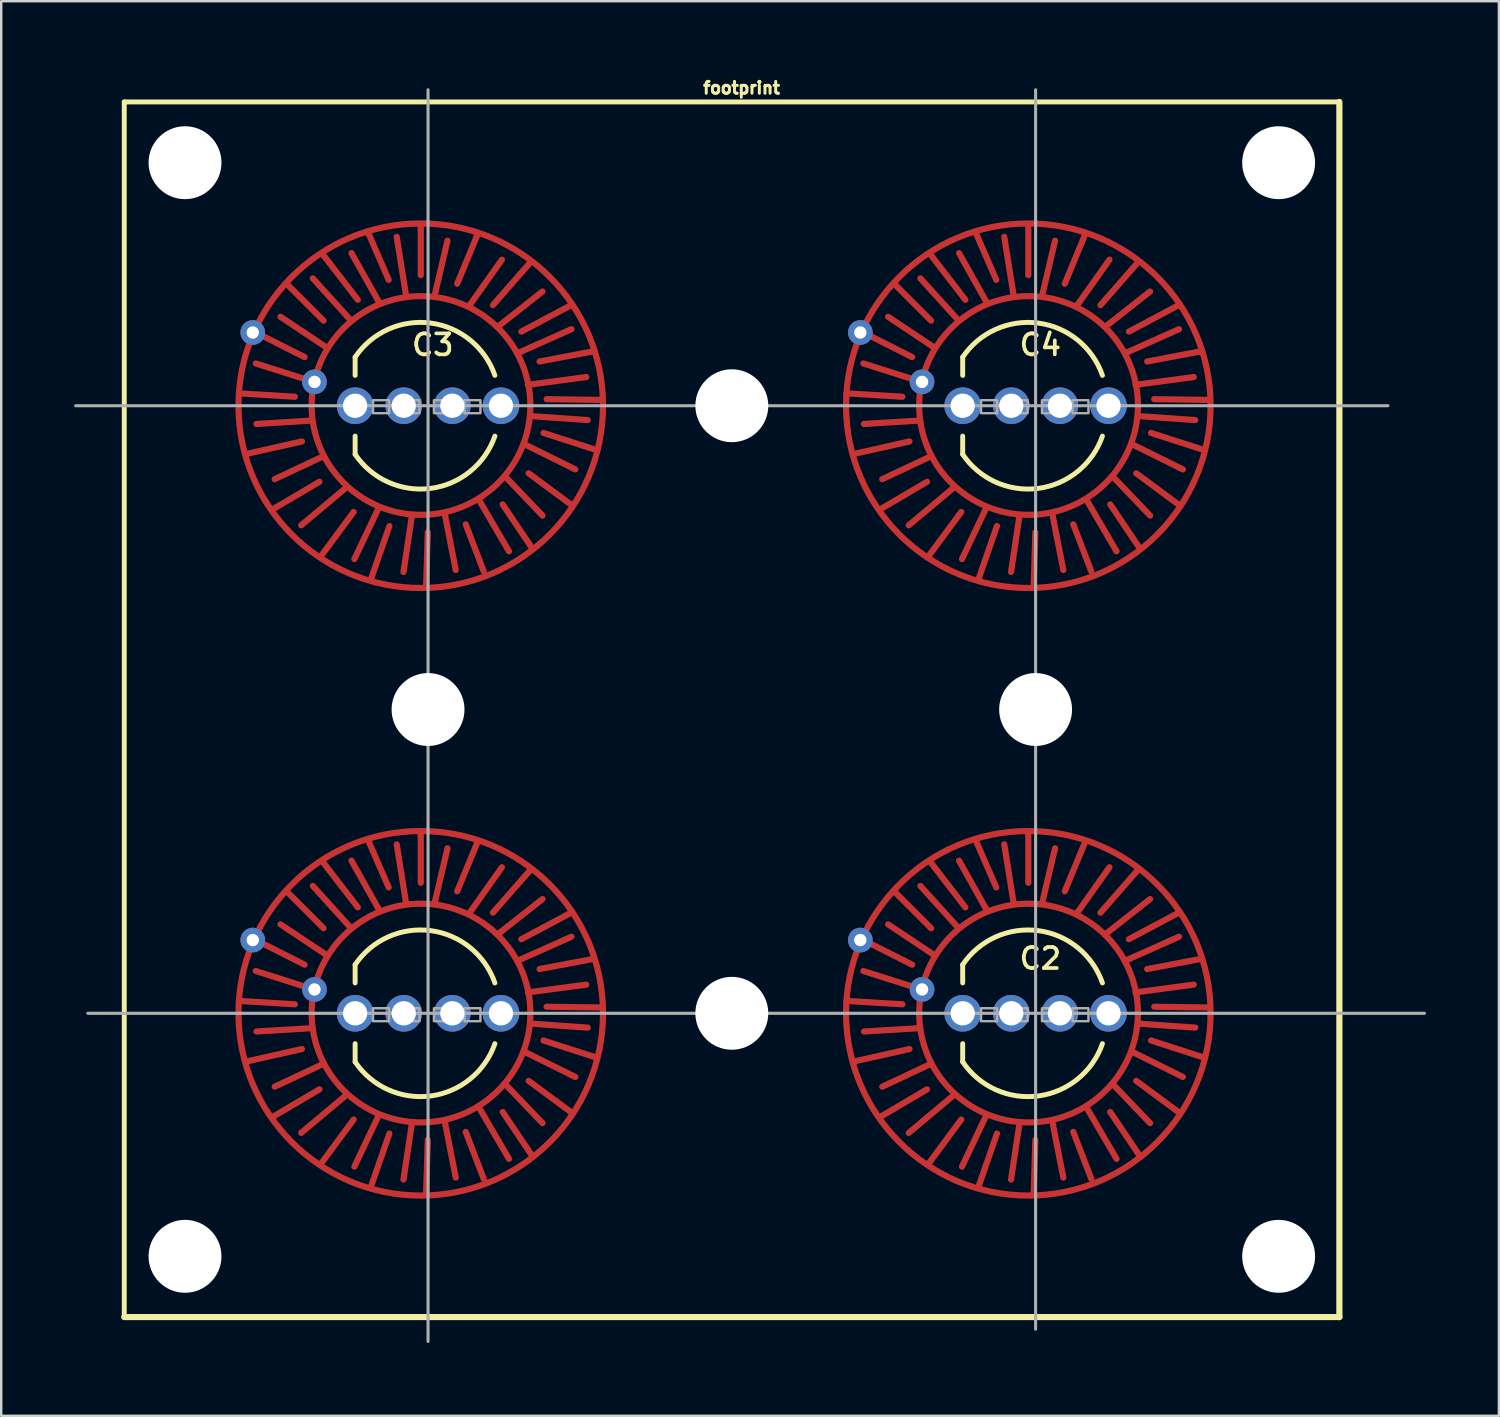
<source format=kicad_pcb>
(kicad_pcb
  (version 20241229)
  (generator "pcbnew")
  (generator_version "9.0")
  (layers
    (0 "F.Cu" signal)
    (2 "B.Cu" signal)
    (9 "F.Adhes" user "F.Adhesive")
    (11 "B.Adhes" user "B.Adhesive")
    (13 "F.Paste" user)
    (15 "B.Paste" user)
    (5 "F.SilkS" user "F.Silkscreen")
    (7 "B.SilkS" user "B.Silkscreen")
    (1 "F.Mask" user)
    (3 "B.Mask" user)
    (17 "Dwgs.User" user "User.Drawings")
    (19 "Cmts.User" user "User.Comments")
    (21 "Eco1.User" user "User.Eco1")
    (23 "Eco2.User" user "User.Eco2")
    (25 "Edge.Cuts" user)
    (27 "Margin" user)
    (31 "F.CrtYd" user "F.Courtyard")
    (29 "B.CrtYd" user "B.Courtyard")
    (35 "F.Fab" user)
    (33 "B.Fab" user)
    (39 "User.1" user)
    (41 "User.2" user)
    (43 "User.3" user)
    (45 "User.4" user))
  (footprint "footprint"
    (layer "F.Cu")
    (at 2.063 51.145)
    (property "Reference" "footprint" (at 25.4 -50.292 0) (layer "F.SilkS") (effects (font (size 0.488 0.488) (thickness 0.122)) (justify bottom)))
    (fp_line (start 4.72 -38.01) (end 7.02 -37.87) (stroke (width 0.254) (type solid)) (layer "F.Cu"))
    (fp_line (start 4.72 -13.01) (end 7.02 -12.87) (stroke (width 0.254) (type solid)) (layer "F.Cu"))
    (fp_line (start 5.04 -35.52) (end 7.31 -36.03) (stroke (width 0.254) (type solid)) (layer "F.Cu"))
    (fp_line (start 5.04 -10.52) (end 7.31 -11.03) (stroke (width 0.254) (type solid)) (layer "F.Cu"))
    (fp_line (start 5.36 -40.54) (end 7.42 -39.5) (stroke (width 0.254) (type solid)) (layer "F.Cu"))
    (fp_line (start 5.36 -15.54) (end 7.42 -14.5) (stroke (width 0.254) (type solid)) (layer "F.Cu"))
    (fp_line (start 6.13 -33.25) (end 8.03 -34.37) (stroke (width 0.254) (type solid)) (layer "F.Cu"))
    (fp_line (start 6.13 -8.25) (end 8.03 -9.37) (stroke (width 0.254) (type solid)) (layer "F.Cu"))
    (fp_line (start 6.7 -42.5) (end 8.2 -41) (stroke (width 0.254) (type solid)) (layer "F.Cu"))
    (fp_line (start 6.7 -17.5) (end 8.2 -16) (stroke (width 0.254) (type solid)) (layer "F.Cu"))
    (fp_line (start 7.74 -38.5) (end 5.41 -39.24) (stroke (width 0.254) (type solid)) (layer "F.Cu"))
    (fp_line (start 7.74 -36.89) (end 5.44 -36.75) (stroke (width 0.254) (type solid)) (layer "F.Cu"))
    (fp_line (start 7.74 -13.5) (end 5.41 -14.24) (stroke (width 0.254) (type solid)) (layer "F.Cu"))
    (fp_line (start 7.74 -11.89) (end 5.44 -11.75) (stroke (width 0.254) (type solid)) (layer "F.Cu"))
    (fp_line (start 8.11 -31.33) (end 9.44 -33.13) (stroke (width 0.254) (type solid)) (layer "F.Cu"))
    (fp_line (start 8.11 -6.33) (end 9.44 -8.13) (stroke (width 0.254) (type solid)) (layer "F.Cu"))
    (fp_line (start 8.19 -43.7) (end 9.61 -41.86) (stroke (width 0.254) (type solid)) (layer "F.Cu"))
    (fp_line (start 8.19 -35.42) (end 6.19 -34.48) (stroke (width 0.254) (type solid)) (layer "F.Cu"))
    (fp_line (start 8.19 -18.7) (end 9.61 -16.86) (stroke (width 0.254) (type solid)) (layer "F.Cu"))
    (fp_line (start 8.19 -10.42) (end 6.19 -9.48) (stroke (width 0.254) (type solid)) (layer "F.Cu"))
    (fp_line (start 8.35 -39.88) (end 6.43 -41.16) (stroke (width 0.254) (type solid)) (layer "F.Cu"))
    (fp_line (start 8.35 -14.88) (end 6.43 -16.16) (stroke (width 0.254) (type solid)) (layer "F.Cu"))
    (fp_line (start 9.13 -34.13) (end 7.28 -32.58) (stroke (width 0.254) (type solid)) (layer "F.Cu"))
    (fp_line (start 9.13 -9.13) (end 7.28 -7.58) (stroke (width 0.254) (type solid)) (layer "F.Cu"))
    (fp_line (start 9.29 -41.05) (end 7.76 -42.74) (stroke (width 0.254) (type solid)) (layer "F.Cu"))
    (fp_line (start 9.29 -16.05) (end 7.76 -17.74) (stroke (width 0.254) (type solid)) (layer "F.Cu"))
    (fp_line (start 10.04 -44.61) (end 10.88 -42.68) (stroke (width 0.254) (type solid)) (layer "F.Cu"))
    (fp_line (start 10.04 -19.61) (end 10.88 -17.68) (stroke (width 0.254) (type solid)) (layer "F.Cu"))
    (fp_line (start 10.17 -30.42) (end 10.91 -32.55) (stroke (width 0.254) (type solid)) (layer "F.Cu"))
    (fp_line (start 10.17 -5.42) (end 10.91 -7.55) (stroke (width 0.254) (type solid)) (layer "F.Cu"))
    (fp_line (start 10.46 -41.8) (end 9.35 -43.78) (stroke (width 0.254) (type solid)) (layer "F.Cu"))
    (fp_line (start 10.46 -33.28) (end 9.47 -31.19) (stroke (width 0.254) (type solid)) (layer "F.Cu"))
    (fp_line (start 10.46 -16.8) (end 9.35 -18.78) (stroke (width 0.254) (type solid)) (layer "F.Cu"))
    (fp_line (start 10.46 -8.28) (end 9.47 -6.19) (stroke (width 0.254) (type solid)) (layer "F.Cu"))
    (fp_line (start 11.59 -42.07) (end 11.21 -44.45) (stroke (width 0.254) (type solid)) (layer "F.Cu"))
    (fp_line (start 11.59 -17.07) (end 11.21 -19.45) (stroke (width 0.254) (type solid)) (layer "F.Cu"))
    (fp_line (start 11.83 -32.93) (end 11.49 -30.66) (stroke (width 0.254) (type solid)) (layer "F.Cu"))
    (fp_line (start 11.83 -7.93) (end 11.49 -5.66) (stroke (width 0.254) (type solid)) (layer "F.Cu"))
    (fp_line (start 12.2 -44.96) (end 12.2 -42.87) (stroke (width 0.254) (type solid)) (layer "F.Cu"))
    (fp_line (start 12.2 -19.96) (end 12.2 -17.87) (stroke (width 0.254) (type solid)) (layer "F.Cu"))
    (fp_line (start 12.42 -30.06) (end 12.49 -32.29) (stroke (width 0.254) (type solid)) (layer "F.Cu"))
    (fp_line (start 12.42 -5.06) (end 12.49 -7.29) (stroke (width 0.254) (type solid)) (layer "F.Cu"))
    (fp_line (start 12.79 -42.12) (end 13.3 -44.29) (stroke (width 0.254) (type solid)) (layer "F.Cu"))
    (fp_line (start 12.79 -17.12) (end 13.3 -19.29) (stroke (width 0.254) (type solid)) (layer "F.Cu"))
    (fp_line (start 13.19 -33.04) (end 13.64 -30.74) (stroke (width 0.254) (type solid)) (layer "F.Cu"))
    (fp_line (start 13.19 -8.04) (end 13.64 -5.74) (stroke (width 0.254) (type solid)) (layer "F.Cu"))
    (fp_line (start 14.18 -41.59) (end 15.54 -43.51) (stroke (width 0.254) (type solid)) (layer "F.Cu"))
    (fp_line (start 14.18 -16.59) (end 15.54 -18.51) (stroke (width 0.254) (type solid)) (layer "F.Cu"))
    (fp_line (start 14.53 -44.53) (end 13.7 -42.52) (stroke (width 0.254) (type solid)) (layer "F.Cu"))
    (fp_line (start 14.53 -19.53) (end 13.7 -17.52) (stroke (width 0.254) (type solid)) (layer "F.Cu"))
    (fp_line (start 14.61 -33.6) (end 15.83 -31.51) (stroke (width 0.254) (type solid)) (layer "F.Cu"))
    (fp_line (start 14.61 -8.6) (end 15.83 -6.51) (stroke (width 0.254) (type solid)) (layer "F.Cu"))
    (fp_line (start 14.79 -30.69) (end 14.05 -32.62) (stroke (width 0.254) (type solid)) (layer "F.Cu"))
    (fp_line (start 14.79 -5.69) (end 14.05 -7.62) (stroke (width 0.254) (type solid)) (layer "F.Cu"))
    (fp_line (start 15.38 -40.76) (end 17.21 -42.2) (stroke (width 0.254) (type solid)) (layer "F.Cu"))
    (fp_line (start 15.38 -15.76) (end 17.21 -17.2) (stroke (width 0.254) (type solid)) (layer "F.Cu"))
    (fp_line (start 15.7 -34.56) (end 17.21 -32.98) (stroke (width 0.254) (type solid)) (layer "F.Cu"))
    (fp_line (start 15.7 -9.56) (end 17.21 -7.98) (stroke (width 0.254) (type solid)) (layer "F.Cu"))
    (fp_line (start 16.18 -39.66) (end 18.4 -40.65) (stroke (width 0.254) (type solid)) (layer "F.Cu"))
    (fp_line (start 16.18 -14.66) (end 18.4 -15.65) (stroke (width 0.254) (type solid)) (layer "F.Cu"))
    (fp_line (start 16.5 -35.9) (end 18.56 -34.88) (stroke (width 0.254) (type solid)) (layer "F.Cu"))
    (fp_line (start 16.5 -10.9) (end 18.56 -9.88) (stroke (width 0.254) (type solid)) (layer "F.Cu"))
    (fp_line (start 16.61 -38.36) (end 19.01 -38.68) (stroke (width 0.254) (type solid)) (layer "F.Cu"))
    (fp_line (start 16.61 -13.36) (end 19.01 -13.68) (stroke (width 0.254) (type solid)) (layer "F.Cu"))
    (fp_line (start 16.72 -43.41) (end 15.17 -41.64) (stroke (width 0.254) (type solid)) (layer "F.Cu"))
    (fp_line (start 16.72 -18.41) (end 15.17 -16.64) (stroke (width 0.254) (type solid)) (layer "F.Cu"))
    (fp_line (start 16.74 -31.7) (end 15.57 -33.44) (stroke (width 0.254) (type solid)) (layer "F.Cu"))
    (fp_line (start 16.74 -6.7) (end 15.57 -8.44) (stroke (width 0.254) (type solid)) (layer "F.Cu"))
    (fp_line (start 16.8 -37.07) (end 19.07 -36.91) (stroke (width 0.254) (type solid)) (layer "F.Cu"))
    (fp_line (start 16.8 -12.07) (end 19.07 -11.91) (stroke (width 0.254) (type solid)) (layer "F.Cu"))
    (fp_line (start 18.35 -41.62) (end 16.34 -40.55) (stroke (width 0.254) (type solid)) (layer "F.Cu"))
    (fp_line (start 18.35 -16.62) (end 16.34 -15.55) (stroke (width 0.254) (type solid)) (layer "F.Cu"))
    (fp_line (start 18.37 -33.44) (end 16.64 -34.72) (stroke (width 0.254) (type solid)) (layer "F.Cu"))
    (fp_line (start 18.37 -8.44) (end 16.64 -9.72) (stroke (width 0.254) (type solid)) (layer "F.Cu"))
    (fp_line (start 19.31 -39.74) (end 17.09 -39.32) (stroke (width 0.254) (type solid)) (layer "F.Cu"))
    (fp_line (start 19.31 -14.74) (end 17.09 -14.32) (stroke (width 0.254) (type solid)) (layer "F.Cu"))
    (fp_line (start 19.42 -35.68) (end 17.25 -36.38) (stroke (width 0.254) (type solid)) (layer "F.Cu"))
    (fp_line (start 19.42 -10.68) (end 17.25 -11.38) (stroke (width 0.254) (type solid)) (layer "F.Cu"))
    (fp_line (start 19.58 -37.74) (end 17.38 -37.77) (stroke (width 0.254) (type solid)) (layer "F.Cu"))
    (fp_line (start 19.58 -12.74) (end 17.38 -12.77) (stroke (width 0.254) (type solid)) (layer "F.Cu"))
    (fp_line (start 29.72 -38.01) (end 32.02 -37.87) (stroke (width 0.254) (type solid)) (layer "F.Cu"))
    (fp_line (start 29.72 -13.01) (end 32.02 -12.87) (stroke (width 0.254) (type solid)) (layer "F.Cu"))
    (fp_line (start 30.04 -35.52) (end 32.31 -36.03) (stroke (width 0.254) (type solid)) (layer "F.Cu"))
    (fp_line (start 30.04 -10.52) (end 32.31 -11.03) (stroke (width 0.254) (type solid)) (layer "F.Cu"))
    (fp_line (start 30.36 -40.54) (end 32.42 -39.5) (stroke (width 0.254) (type solid)) (layer "F.Cu"))
    (fp_line (start 30.36 -15.54) (end 32.42 -14.5) (stroke (width 0.254) (type solid)) (layer "F.Cu"))
    (fp_line (start 31.13 -33.25) (end 33.03 -34.37) (stroke (width 0.254) (type solid)) (layer "F.Cu"))
    (fp_line (start 31.13 -8.25) (end 33.03 -9.37) (stroke (width 0.254) (type solid)) (layer "F.Cu"))
    (fp_line (start 31.7 -42.5) (end 33.2 -41) (stroke (width 0.254) (type solid)) (layer "F.Cu"))
    (fp_line (start 31.7 -17.5) (end 33.2 -16) (stroke (width 0.254) (type solid)) (layer "F.Cu"))
    (fp_line (start 32.74 -38.5) (end 30.41 -39.24) (stroke (width 0.254) (type solid)) (layer "F.Cu"))
    (fp_line (start 32.74 -36.89) (end 30.44 -36.75) (stroke (width 0.254) (type solid)) (layer "F.Cu"))
    (fp_line (start 32.74 -13.5) (end 30.41 -14.24) (stroke (width 0.254) (type solid)) (layer "F.Cu"))
    (fp_line (start 32.74 -11.89) (end 30.44 -11.75) (stroke (width 0.254) (type solid)) (layer "F.Cu"))
    (fp_line (start 33.11 -31.33) (end 34.44 -33.13) (stroke (width 0.254) (type solid)) (layer "F.Cu"))
    (fp_line (start 33.11 -6.33) (end 34.44 -8.13) (stroke (width 0.254) (type solid)) (layer "F.Cu"))
    (fp_line (start 33.19 -43.7) (end 34.61 -41.86) (stroke (width 0.254) (type solid)) (layer "F.Cu"))
    (fp_line (start 33.19 -35.42) (end 31.19 -34.48) (stroke (width 0.254) (type solid)) (layer "F.Cu"))
    (fp_line (start 33.19 -18.7) (end 34.61 -16.86) (stroke (width 0.254) (type solid)) (layer "F.Cu"))
    (fp_line (start 33.19 -10.42) (end 31.19 -9.48) (stroke (width 0.254) (type solid)) (layer "F.Cu"))
    (fp_line (start 33.35 -39.88) (end 31.43 -41.16) (stroke (width 0.254) (type solid)) (layer "F.Cu"))
    (fp_line (start 33.35 -14.88) (end 31.43 -16.16) (stroke (width 0.254) (type solid)) (layer "F.Cu"))
    (fp_line (start 34.13 -34.13) (end 32.28 -32.58) (stroke (width 0.254) (type solid)) (layer "F.Cu"))
    (fp_line (start 34.13 -9.13) (end 32.28 -7.58) (stroke (width 0.254) (type solid)) (layer "F.Cu"))
    (fp_line (start 34.29 -41.05) (end 32.76 -42.74) (stroke (width 0.254) (type solid)) (layer "F.Cu"))
    (fp_line (start 34.29 -16.05) (end 32.76 -17.74) (stroke (width 0.254) (type solid)) (layer "F.Cu"))
    (fp_line (start 35.04 -44.61) (end 35.88 -42.68) (stroke (width 0.254) (type solid)) (layer "F.Cu"))
    (fp_line (start 35.04 -19.61) (end 35.88 -17.68) (stroke (width 0.254) (type solid)) (layer "F.Cu"))
    (fp_line (start 35.17 -30.42) (end 35.91 -32.55) (stroke (width 0.254) (type solid)) (layer "F.Cu"))
    (fp_line (start 35.17 -5.42) (end 35.91 -7.55) (stroke (width 0.254) (type solid)) (layer "F.Cu"))
    (fp_line (start 35.46 -41.8) (end 34.35 -43.78) (stroke (width 0.254) (type solid)) (layer "F.Cu"))
    (fp_line (start 35.46 -33.28) (end 34.47 -31.19) (stroke (width 0.254) (type solid)) (layer "F.Cu"))
    (fp_line (start 35.46 -16.8) (end 34.35 -18.78) (stroke (width 0.254) (type solid)) (layer "F.Cu"))
    (fp_line (start 35.46 -8.28) (end 34.47 -6.19) (stroke (width 0.254) (type solid)) (layer "F.Cu"))
    (fp_line (start 36.59 -42.07) (end 36.21 -44.45) (stroke (width 0.254) (type solid)) (layer "F.Cu"))
    (fp_line (start 36.59 -17.07) (end 36.21 -19.45) (stroke (width 0.254) (type solid)) (layer "F.Cu"))
    (fp_line (start 36.83 -32.93) (end 36.49 -30.66) (stroke (width 0.254) (type solid)) (layer "F.Cu"))
    (fp_line (start 36.83 -7.93) (end 36.49 -5.66) (stroke (width 0.254) (type solid)) (layer "F.Cu"))
    (fp_line (start 37.2 -44.96) (end 37.2 -42.87) (stroke (width 0.254) (type solid)) (layer "F.Cu"))
    (fp_line (start 37.2 -19.96) (end 37.2 -17.87) (stroke (width 0.254) (type solid)) (layer "F.Cu"))
    (fp_line (start 37.42 -30.06) (end 37.49 -32.29) (stroke (width 0.254) (type solid)) (layer "F.Cu"))
    (fp_line (start 37.42 -5.06) (end 37.49 -7.29) (stroke (width 0.254) (type solid)) (layer "F.Cu"))
    (fp_line (start 37.79 -42.12) (end 38.3 -44.29) (stroke (width 0.254) (type solid)) (layer "F.Cu"))
    (fp_line (start 37.79 -17.12) (end 38.3 -19.29) (stroke (width 0.254) (type solid)) (layer "F.Cu"))
    (fp_line (start 38.19 -33.04) (end 38.64 -30.74) (stroke (width 0.254) (type solid)) (layer "F.Cu"))
    (fp_line (start 38.19 -8.04) (end 38.64 -5.74) (stroke (width 0.254) (type solid)) (layer "F.Cu"))
    (fp_line (start 39.18 -41.59) (end 40.54 -43.51) (stroke (width 0.254) (type solid)) (layer "F.Cu"))
    (fp_line (start 39.18 -16.59) (end 40.54 -18.51) (stroke (width 0.254) (type solid)) (layer "F.Cu"))
    (fp_line (start 39.53 -44.53) (end 38.7 -42.52) (stroke (width 0.254) (type solid)) (layer "F.Cu"))
    (fp_line (start 39.53 -19.53) (end 38.7 -17.52) (stroke (width 0.254) (type solid)) (layer "F.Cu"))
    (fp_line (start 39.61 -33.6) (end 40.83 -31.51) (stroke (width 0.254) (type solid)) (layer "F.Cu"))
    (fp_line (start 39.61 -8.6) (end 40.83 -6.51) (stroke (width 0.254) (type solid)) (layer "F.Cu"))
    (fp_line (start 39.79 -30.69) (end 39.05 -32.62) (stroke (width 0.254) (type solid)) (layer "F.Cu"))
    (fp_line (start 39.79 -5.69) (end 39.05 -7.62) (stroke (width 0.254) (type solid)) (layer "F.Cu"))
    (fp_line (start 40.38 -40.76) (end 42.21 -42.2) (stroke (width 0.254) (type solid)) (layer "F.Cu"))
    (fp_line (start 40.38 -15.76) (end 42.21 -17.2) (stroke (width 0.254) (type solid)) (layer "F.Cu"))
    (fp_line (start 40.7 -34.56) (end 42.21 -32.98) (stroke (width 0.254) (type solid)) (layer "F.Cu"))
    (fp_line (start 40.7 -9.56) (end 42.21 -7.98) (stroke (width 0.254) (type solid)) (layer "F.Cu"))
    (fp_line (start 41.18 -39.66) (end 43.4 -40.65) (stroke (width 0.254) (type solid)) (layer "F.Cu"))
    (fp_line (start 41.18 -14.66) (end 43.4 -15.65) (stroke (width 0.254) (type solid)) (layer "F.Cu"))
    (fp_line (start 41.5 -35.9) (end 43.56 -34.88) (stroke (width 0.254) (type solid)) (layer "F.Cu"))
    (fp_line (start 41.5 -10.9) (end 43.56 -9.88) (stroke (width 0.254) (type solid)) (layer "F.Cu"))
    (fp_line (start 41.61 -38.36) (end 44.01 -38.68) (stroke (width 0.254) (type solid)) (layer "F.Cu"))
    (fp_line (start 41.61 -13.36) (end 44.01 -13.68) (stroke (width 0.254) (type solid)) (layer "F.Cu"))
    (fp_line (start 41.72 -43.41) (end 40.17 -41.64) (stroke (width 0.254) (type solid)) (layer "F.Cu"))
    (fp_line (start 41.72 -18.41) (end 40.17 -16.64) (stroke (width 0.254) (type solid)) (layer "F.Cu"))
    (fp_line (start 41.74 -31.7) (end 40.57 -33.44) (stroke (width 0.254) (type solid)) (layer "F.Cu"))
    (fp_line (start 41.74 -6.7) (end 40.57 -8.44) (stroke (width 0.254) (type solid)) (layer "F.Cu"))
    (fp_line (start 41.8 -37.07) (end 44.07 -36.91) (stroke (width 0.254) (type solid)) (layer "F.Cu"))
    (fp_line (start 41.8 -12.07) (end 44.07 -11.91) (stroke (width 0.254) (type solid)) (layer "F.Cu"))
    (fp_line (start 43.35 -41.62) (end 41.34 -40.55) (stroke (width 0.254) (type solid)) (layer "F.Cu"))
    (fp_line (start 43.35 -16.62) (end 41.34 -15.55) (stroke (width 0.254) (type solid)) (layer "F.Cu"))
    (fp_line (start 43.37 -33.44) (end 41.64 -34.72) (stroke (width 0.254) (type solid)) (layer "F.Cu"))
    (fp_line (start 43.37 -8.44) (end 41.64 -9.72) (stroke (width 0.254) (type solid)) (layer "F.Cu"))
    (fp_line (start 44.31 -39.74) (end 42.09 -39.32) (stroke (width 0.254) (type solid)) (layer "F.Cu"))
    (fp_line (start 44.31 -14.74) (end 42.09 -14.32) (stroke (width 0.254) (type solid)) (layer "F.Cu"))
    (fp_line (start 44.42 -35.68) (end 42.25 -36.38) (stroke (width 0.254) (type solid)) (layer "F.Cu"))
    (fp_line (start 44.42 -10.68) (end 42.25 -11.38) (stroke (width 0.254) (type solid)) (layer "F.Cu"))
    (fp_line (start 44.58 -37.74) (end 42.38 -37.77) (stroke (width 0.254) (type solid)) (layer "F.Cu"))
    (fp_line (start 44.58 -12.74) (end 42.38 -12.77) (stroke (width 0.254) (type solid)) (layer "F.Cu"))
    (fp_circle (center 12.2 -37.5) (end 19.7 -37.5) (stroke (width 0.254) (type solid)) (fill no) (layer "F.Cu"))
    (fp_circle (center 12.2 -12.5) (end 19.7 -12.5) (stroke (width 0.254) (type solid)) (fill no) (layer "F.Cu"))
    (fp_circle (center 12.21 -37.51) (end 16.71 -37.51) (stroke (width 0.254) (type solid)) (fill no) (layer "F.Cu"))
    (fp_circle (center 12.21 -12.51) (end 16.71 -12.51) (stroke (width 0.254) (type solid)) (fill no) (layer "F.Cu"))
    (fp_circle (center 37.2 -37.5) (end 44.7 -37.5) (stroke (width 0.254) (type solid)) (fill no) (layer "F.Cu"))
    (fp_circle (center 37.2 -12.5) (end 44.7 -12.5) (stroke (width 0.254) (type solid)) (fill no) (layer "F.Cu"))
    (fp_circle (center 37.21 -37.51) (end 41.71 -37.51) (stroke (width 0.254) (type solid)) (fill no) (layer "F.Cu"))
    (fp_circle (center 37.21 -12.51) (end 41.71 -12.51) (stroke (width 0.254) (type solid)) (fill no) (layer "F.Cu"))
    (fp_line (start 4.73 -38.01) (end 7.02 -37.87) (stroke (width 0.254) (type solid)) (layer "F.Mask"))
    (fp_line (start 4.73 -13.01) (end 7.02 -12.87) (stroke (width 0.254) (type solid)) (layer "F.Mask"))
    (fp_line (start 5.36 -40.53) (end 7.42 -39.5) (stroke (width 0.254) (type solid)) (layer "F.Mask"))
    (fp_line (start 5.36 -15.53) (end 7.42 -14.5) (stroke (width 0.254) (type solid)) (layer "F.Mask"))
    (fp_line (start 5.41 -39.24) (end 7.78 -38.48) (stroke (width 0.254) (type solid)) (layer "F.Mask"))
    (fp_line (start 5.41 -14.24) (end 7.78 -13.48) (stroke (width 0.254) (type solid)) (layer "F.Mask"))
    (fp_line (start 5.44 -36.75) (end 7.74 -36.9) (stroke (width 0.254) (type solid)) (layer "F.Mask"))
    (fp_line (start 5.44 -11.75) (end 7.74 -11.9) (stroke (width 0.254) (type solid)) (layer "F.Mask"))
    (fp_line (start 6.08 -33.22) (end 8.03 -34.37) (stroke (width 0.254) (type solid)) (layer "F.Mask"))
    (fp_line (start 6.08 -8.22) (end 8.03 -9.37) (stroke (width 0.254) (type solid)) (layer "F.Mask"))
    (fp_line (start 6.19 -34.48) (end 8.19 -35.42) (stroke (width 0.254) (type solid)) (layer "F.Mask"))
    (fp_line (start 6.19 -9.48) (end 8.19 -10.42) (stroke (width 0.254) (type solid)) (layer "F.Mask"))
    (fp_line (start 6.43 -41.16) (end 8.29 -39.93) (stroke (width 0.254) (type solid)) (layer "F.Mask"))
    (fp_line (start 6.43 -16.16) (end 8.29 -14.93) (stroke (width 0.254) (type solid)) (layer "F.Mask"))
    (fp_line (start 6.68 -42.51) (end 8.2 -41) (stroke (width 0.254) (type solid)) (layer "F.Mask"))
    (fp_line (start 6.68 -17.51) (end 8.2 -16) (stroke (width 0.254) (type solid)) (layer "F.Mask"))
    (fp_line (start 7.31 -36.03) (end 5.03 -35.52) (stroke (width 0.254) (type solid)) (layer "F.Mask"))
    (fp_line (start 7.31 -11.03) (end 5.03 -10.52) (stroke (width 0.254) (type solid)) (layer "F.Mask"))
    (fp_line (start 7.76 -42.74) (end 9.32 -41.02) (stroke (width 0.254) (type solid)) (layer "F.Mask"))
    (fp_line (start 7.76 -17.74) (end 9.32 -16.02) (stroke (width 0.254) (type solid)) (layer "F.Mask"))
    (fp_line (start 8.16 -43.74) (end 9.61 -41.86) (stroke (width 0.254) (type solid)) (layer "F.Mask"))
    (fp_line (start 8.16 -18.74) (end 9.61 -16.86) (stroke (width 0.254) (type solid)) (layer "F.Mask"))
    (fp_line (start 9.15 -34.16) (end 7.28 -32.58) (stroke (width 0.254) (type solid)) (layer "F.Mask"))
    (fp_line (start 9.15 -9.16) (end 7.28 -7.58) (stroke (width 0.254) (type solid)) (layer "F.Mask"))
    (fp_line (start 9.35 -43.78) (end 10.46 -41.8) (stroke (width 0.254) (type solid)) (layer "F.Mask"))
    (fp_line (start 9.35 -18.78) (end 10.46 -16.8) (stroke (width 0.254) (type solid)) (layer "F.Mask"))
    (fp_line (start 9.44 -33.13) (end 8.1 -31.28) (stroke (width 0.254) (type solid)) (layer "F.Mask"))
    (fp_line (start 9.44 -8.13) (end 8.1 -6.28) (stroke (width 0.254) (type solid)) (layer "F.Mask"))
    (fp_line (start 9.46 -31.19) (end 10.45 -33.25) (stroke (width 0.254) (type solid)) (layer "F.Mask"))
    (fp_line (start 9.46 -6.19) (end 10.45 -8.25) (stroke (width 0.254) (type solid)) (layer "F.Mask"))
    (fp_line (start 10.88 -42.68) (end 10.02 -44.65) (stroke (width 0.254) (type solid)) (layer "F.Mask"))
    (fp_line (start 10.88 -17.68) (end 10.02 -19.65) (stroke (width 0.254) (type solid)) (layer "F.Mask"))
    (fp_line (start 10.91 -32.55) (end 10.15 -30.37) (stroke (width 0.254) (type solid)) (layer "F.Mask"))
    (fp_line (start 10.91 -7.55) (end 10.15 -5.37) (stroke (width 0.254) (type solid)) (layer "F.Mask"))
    (fp_line (start 11.49 -30.66) (end 11.84 -32.99) (stroke (width 0.254) (type solid)) (layer "F.Mask"))
    (fp_line (start 11.49 -5.66) (end 11.84 -7.99) (stroke (width 0.254) (type solid)) (layer "F.Mask"))
    (fp_line (start 11.62 -41.98) (end 11.21 -44.45) (stroke (width 0.254) (type solid)) (layer "F.Mask"))
    (fp_line (start 11.62 -16.98) (end 11.21 -19.45) (stroke (width 0.254) (type solid)) (layer "F.Mask"))
    (fp_line (start 12.2 -42.87) (end 12.2 -44.99) (stroke (width 0.254) (type solid)) (layer "F.Mask"))
    (fp_line (start 12.2 -17.87) (end 12.2 -19.99) (stroke (width 0.254) (type solid)) (layer "F.Mask"))
    (fp_line (start 12.49 -32.29) (end 12.42 -30.06) (stroke (width 0.254) (type solid)) (layer "F.Mask"))
    (fp_line (start 12.49 -7.29) (end 12.42 -5.06) (stroke (width 0.254) (type solid)) (layer "F.Mask"))
    (fp_line (start 12.76 -42.01) (end 13.3 -44.29) (stroke (width 0.254) (type solid)) (layer "F.Mask"))
    (fp_line (start 12.76 -17.01) (end 13.3 -19.29) (stroke (width 0.254) (type solid)) (layer "F.Mask"))
    (fp_line (start 13.64 -30.74) (end 13.18 -33.09) (stroke (width 0.254) (type solid)) (layer "F.Mask"))
    (fp_line (start 13.64 -5.74) (end 13.18 -8.09) (stroke (width 0.254) (type solid)) (layer "F.Mask"))
    (fp_line (start 13.7 -42.52) (end 14.54 -44.54) (stroke (width 0.254) (type solid)) (layer "F.Mask"))
    (fp_line (start 13.7 -17.52) (end 14.54 -19.54) (stroke (width 0.254) (type solid)) (layer "F.Mask"))
    (fp_line (start 14.05 -32.62) (end 14.83 -30.57) (stroke (width 0.254) (type solid)) (layer "F.Mask"))
    (fp_line (start 14.05 -7.62) (end 14.83 -5.57) (stroke (width 0.254) (type solid)) (layer "F.Mask"))
    (fp_line (start 14.2 -41.6) (end 15.54 -43.51) (stroke (width 0.254) (type solid)) (layer "F.Mask"))
    (fp_line (start 14.2 -16.6) (end 15.54 -18.51) (stroke (width 0.254) (type solid)) (layer "F.Mask"))
    (fp_line (start 15.39 -40.77) (end 17.21 -42.2) (stroke (width 0.254) (type solid)) (layer "F.Mask"))
    (fp_line (start 15.39 -15.77) (end 17.21 -17.2) (stroke (width 0.254) (type solid)) (layer "F.Mask"))
    (fp_line (start 15.57 -33.44) (end 16.77 -31.66) (stroke (width 0.254) (type solid)) (layer "F.Mask"))
    (fp_line (start 15.57 -8.44) (end 16.77 -6.66) (stroke (width 0.254) (type solid)) (layer "F.Mask"))
    (fp_line (start 15.66 -34.6) (end 17.21 -32.98) (stroke (width 0.254) (type solid)) (layer "F.Mask"))
    (fp_line (start 15.66 -9.6) (end 17.21 -7.98) (stroke (width 0.254) (type solid)) (layer "F.Mask"))
    (fp_line (start 15.83 -31.52) (end 14.58 -33.66) (stroke (width 0.254) (type solid)) (layer "F.Mask"))
    (fp_line (start 15.83 -6.52) (end 14.58 -8.66) (stroke (width 0.254) (type solid)) (layer "F.Mask"))
    (fp_line (start 16.23 -39.68) (end 18.4 -40.65) (stroke (width 0.254) (type solid)) (layer "F.Mask"))
    (fp_line (start 16.23 -14.68) (end 18.4 -15.65) (stroke (width 0.254) (type solid)) (layer "F.Mask"))
    (fp_line (start 16.34 -40.55) (end 18.37 -41.64) (stroke (width 0.254) (type solid)) (layer "F.Mask"))
    (fp_line (start 16.34 -15.55) (end 18.37 -16.64) (stroke (width 0.254) (type solid)) (layer "F.Mask"))
    (fp_line (start 16.43 -35.93) (end 18.56 -34.88) (stroke (width 0.254) (type solid)) (layer "F.Mask"))
    (fp_line (start 16.43 -10.93) (end 18.56 -9.88) (stroke (width 0.254) (type solid)) (layer "F.Mask"))
    (fp_line (start 16.64 -34.72) (end 18.39 -33.42) (stroke (width 0.254) (type solid)) (layer "F.Mask"))
    (fp_line (start 16.64 -9.72) (end 18.39 -8.42) (stroke (width 0.254) (type solid)) (layer "F.Mask"))
    (fp_line (start 16.67 -38.36) (end 19.01 -38.68) (stroke (width 0.254) (type solid)) (layer "F.Mask"))
    (fp_line (start 16.67 -13.36) (end 19.01 -13.68) (stroke (width 0.254) (type solid)) (layer "F.Mask"))
    (fp_line (start 16.71 -37.07) (end 19.07 -36.91) (stroke (width 0.254) (type solid)) (layer "F.Mask"))
    (fp_line (start 16.71 -12.07) (end 19.07 -11.91) (stroke (width 0.254) (type solid)) (layer "F.Mask"))
    (fp_line (start 16.73 -43.42) (end 15.17 -41.64) (stroke (width 0.254) (type solid)) (layer "F.Mask"))
    (fp_line (start 16.73 -18.42) (end 15.17 -16.64) (stroke (width 0.254) (type solid)) (layer "F.Mask"))
    (fp_line (start 17.09 -39.32) (end 19.33 -39.74) (stroke (width 0.254) (type solid)) (layer "F.Mask"))
    (fp_line (start 17.09 -14.32) (end 19.33 -14.74) (stroke (width 0.254) (type solid)) (layer "F.Mask"))
    (fp_line (start 17.25 -36.38) (end 19.37 -35.7) (stroke (width 0.254) (type solid)) (layer "F.Mask"))
    (fp_line (start 17.25 -11.38) (end 19.37 -10.7) (stroke (width 0.254) (type solid)) (layer "F.Mask"))
    (fp_line (start 17.37 -37.77) (end 19.66 -37.74) (stroke (width 0.254) (type solid)) (layer "F.Mask"))
    (fp_line (start 17.37 -12.77) (end 19.66 -12.74) (stroke (width 0.254) (type solid)) (layer "F.Mask"))
    (fp_line (start 29.73 -38.01) (end 32.02 -37.87) (stroke (width 0.254) (type solid)) (layer "F.Mask"))
    (fp_line (start 29.73 -13.01) (end 32.02 -12.87) (stroke (width 0.254) (type solid)) (layer "F.Mask"))
    (fp_line (start 30.36 -40.53) (end 32.42 -39.5) (stroke (width 0.254) (type solid)) (layer "F.Mask"))
    (fp_line (start 30.36 -15.53) (end 32.42 -14.5) (stroke (width 0.254) (type solid)) (layer "F.Mask"))
    (fp_line (start 30.41 -39.24) (end 32.78 -38.48) (stroke (width 0.254) (type solid)) (layer "F.Mask"))
    (fp_line (start 30.41 -14.24) (end 32.78 -13.48) (stroke (width 0.254) (type solid)) (layer "F.Mask"))
    (fp_line (start 30.44 -36.75) (end 32.74 -36.9) (stroke (width 0.254) (type solid)) (layer "F.Mask"))
    (fp_line (start 30.44 -11.75) (end 32.74 -11.9) (stroke (width 0.254) (type solid)) (layer "F.Mask"))
    (fp_line (start 31.08 -33.22) (end 33.03 -34.37) (stroke (width 0.254) (type solid)) (layer "F.Mask"))
    (fp_line (start 31.08 -8.22) (end 33.03 -9.37) (stroke (width 0.254) (type solid)) (layer "F.Mask"))
    (fp_line (start 31.19 -34.48) (end 33.19 -35.42) (stroke (width 0.254) (type solid)) (layer "F.Mask"))
    (fp_line (start 31.19 -9.48) (end 33.19 -10.42) (stroke (width 0.254) (type solid)) (layer "F.Mask"))
    (fp_line (start 31.43 -41.16) (end 33.29 -39.93) (stroke (width 0.254) (type solid)) (layer "F.Mask"))
    (fp_line (start 31.43 -16.16) (end 33.29 -14.93) (stroke (width 0.254) (type solid)) (layer "F.Mask"))
    (fp_line (start 31.68 -42.51) (end 33.2 -41) (stroke (width 0.254) (type solid)) (layer "F.Mask"))
    (fp_line (start 31.68 -17.51) (end 33.2 -16) (stroke (width 0.254) (type solid)) (layer "F.Mask"))
    (fp_line (start 32.31 -36.03) (end 30.03 -35.52) (stroke (width 0.254) (type solid)) (layer "F.Mask"))
    (fp_line (start 32.31 -11.03) (end 30.03 -10.52) (stroke (width 0.254) (type solid)) (layer "F.Mask"))
    (fp_line (start 32.76 -42.74) (end 34.32 -41.02) (stroke (width 0.254) (type solid)) (layer "F.Mask"))
    (fp_line (start 32.76 -17.74) (end 34.32 -16.02) (stroke (width 0.254) (type solid)) (layer "F.Mask"))
    (fp_line (start 33.16 -43.74) (end 34.61 -41.86) (stroke (width 0.254) (type solid)) (layer "F.Mask"))
    (fp_line (start 33.16 -18.74) (end 34.61 -16.86) (stroke (width 0.254) (type solid)) (layer "F.Mask"))
    (fp_line (start 34.15 -34.16) (end 32.28 -32.58) (stroke (width 0.254) (type solid)) (layer "F.Mask"))
    (fp_line (start 34.15 -9.16) (end 32.28 -7.58) (stroke (width 0.254) (type solid)) (layer "F.Mask"))
    (fp_line (start 34.35 -43.78) (end 35.46 -41.8) (stroke (width 0.254) (type solid)) (layer "F.Mask"))
    (fp_line (start 34.35 -18.78) (end 35.46 -16.8) (stroke (width 0.254) (type solid)) (layer "F.Mask"))
    (fp_line (start 34.44 -33.13) (end 33.1 -31.28) (stroke (width 0.254) (type solid)) (layer "F.Mask"))
    (fp_line (start 34.44 -8.13) (end 33.1 -6.28) (stroke (width 0.254) (type solid)) (layer "F.Mask"))
    (fp_line (start 34.46 -31.19) (end 35.45 -33.25) (stroke (width 0.254) (type solid)) (layer "F.Mask"))
    (fp_line (start 34.46 -6.19) (end 35.45 -8.25) (stroke (width 0.254) (type solid)) (layer "F.Mask"))
    (fp_line (start 35.88 -42.68) (end 35.02 -44.65) (stroke (width 0.254) (type solid)) (layer "F.Mask"))
    (fp_line (start 35.88 -17.68) (end 35.02 -19.65) (stroke (width 0.254) (type solid)) (layer "F.Mask"))
    (fp_line (start 35.91 -32.55) (end 35.15 -30.37) (stroke (width 0.254) (type solid)) (layer "F.Mask"))
    (fp_line (start 35.91 -7.55) (end 35.15 -5.37) (stroke (width 0.254) (type solid)) (layer "F.Mask"))
    (fp_line (start 36.49 -30.66) (end 36.84 -32.99) (stroke (width 0.254) (type solid)) (layer "F.Mask"))
    (fp_line (start 36.49 -5.66) (end 36.84 -7.99) (stroke (width 0.254) (type solid)) (layer "F.Mask"))
    (fp_line (start 36.62 -41.98) (end 36.21 -44.45) (stroke (width 0.254) (type solid)) (layer "F.Mask"))
    (fp_line (start 36.62 -16.98) (end 36.21 -19.45) (stroke (width 0.254) (type solid)) (layer "F.Mask"))
    (fp_line (start 37.2 -42.87) (end 37.2 -44.99) (stroke (width 0.254) (type solid)) (layer "F.Mask"))
    (fp_line (start 37.2 -17.87) (end 37.2 -19.99) (stroke (width 0.254) (type solid)) (layer "F.Mask"))
    (fp_line (start 37.49 -32.29) (end 37.42 -30.06) (stroke (width 0.254) (type solid)) (layer "F.Mask"))
    (fp_line (start 37.49 -7.29) (end 37.42 -5.06) (stroke (width 0.254) (type solid)) (layer "F.Mask"))
    (fp_line (start 37.76 -42.01) (end 38.3 -44.29) (stroke (width 0.254) (type solid)) (layer "F.Mask"))
    (fp_line (start 37.76 -17.01) (end 38.3 -19.29) (stroke (width 0.254) (type solid)) (layer "F.Mask"))
    (fp_line (start 38.64 -30.74) (end 38.18 -33.09) (stroke (width 0.254) (type solid)) (layer "F.Mask"))
    (fp_line (start 38.64 -5.74) (end 38.18 -8.09) (stroke (width 0.254) (type solid)) (layer "F.Mask"))
    (fp_line (start 38.7 -42.52) (end 39.54 -44.54) (stroke (width 0.254) (type solid)) (layer "F.Mask"))
    (fp_line (start 38.7 -17.52) (end 39.54 -19.54) (stroke (width 0.254) (type solid)) (layer "F.Mask"))
    (fp_line (start 39.05 -32.62) (end 39.83 -30.57) (stroke (width 0.254) (type solid)) (layer "F.Mask"))
    (fp_line (start 39.05 -7.62) (end 39.83 -5.57) (stroke (width 0.254) (type solid)) (layer "F.Mask"))
    (fp_line (start 39.2 -41.6) (end 40.54 -43.51) (stroke (width 0.254) (type solid)) (layer "F.Mask"))
    (fp_line (start 39.2 -16.6) (end 40.54 -18.51) (stroke (width 0.254) (type solid)) (layer "F.Mask"))
    (fp_line (start 40.39 -40.77) (end 42.21 -42.2) (stroke (width 0.254) (type solid)) (layer "F.Mask"))
    (fp_line (start 40.39 -15.77) (end 42.21 -17.2) (stroke (width 0.254) (type solid)) (layer "F.Mask"))
    (fp_line (start 40.57 -33.44) (end 41.77 -31.66) (stroke (width 0.254) (type solid)) (layer "F.Mask"))
    (fp_line (start 40.57 -8.44) (end 41.77 -6.66) (stroke (width 0.254) (type solid)) (layer "F.Mask"))
    (fp_line (start 40.66 -34.6) (end 42.21 -32.98) (stroke (width 0.254) (type solid)) (layer "F.Mask"))
    (fp_line (start 40.66 -9.6) (end 42.21 -7.98) (stroke (width 0.254) (type solid)) (layer "F.Mask"))
    (fp_line (start 40.83 -31.52) (end 39.58 -33.66) (stroke (width 0.254) (type solid)) (layer "F.Mask"))
    (fp_line (start 40.83 -6.52) (end 39.58 -8.66) (stroke (width 0.254) (type solid)) (layer "F.Mask"))
    (fp_line (start 41.23 -39.68) (end 43.4 -40.65) (stroke (width 0.254) (type solid)) (layer "F.Mask"))
    (fp_line (start 41.23 -14.68) (end 43.4 -15.65) (stroke (width 0.254) (type solid)) (layer "F.Mask"))
    (fp_line (start 41.34 -40.55) (end 43.37 -41.64) (stroke (width 0.254) (type solid)) (layer "F.Mask"))
    (fp_line (start 41.34 -15.55) (end 43.37 -16.64) (stroke (width 0.254) (type solid)) (layer "F.Mask"))
    (fp_line (start 41.43 -35.93) (end 43.56 -34.88) (stroke (width 0.254) (type solid)) (layer "F.Mask"))
    (fp_line (start 41.43 -10.93) (end 43.56 -9.88) (stroke (width 0.254) (type solid)) (layer "F.Mask"))
    (fp_line (start 41.64 -34.72) (end 43.39 -33.42) (stroke (width 0.254) (type solid)) (layer "F.Mask"))
    (fp_line (start 41.64 -9.72) (end 43.39 -8.42) (stroke (width 0.254) (type solid)) (layer "F.Mask"))
    (fp_line (start 41.67 -38.36) (end 44.01 -38.68) (stroke (width 0.254) (type solid)) (layer "F.Mask"))
    (fp_line (start 41.67 -13.36) (end 44.01 -13.68) (stroke (width 0.254) (type solid)) (layer "F.Mask"))
    (fp_line (start 41.71 -37.07) (end 44.07 -36.91) (stroke (width 0.254) (type solid)) (layer "F.Mask"))
    (fp_line (start 41.71 -12.07) (end 44.07 -11.91) (stroke (width 0.254) (type solid)) (layer "F.Mask"))
    (fp_line (start 41.73 -43.42) (end 40.17 -41.64) (stroke (width 0.254) (type solid)) (layer "F.Mask"))
    (fp_line (start 41.73 -18.42) (end 40.17 -16.64) (stroke (width 0.254) (type solid)) (layer "F.Mask"))
    (fp_line (start 42.09 -39.32) (end 44.33 -39.74) (stroke (width 0.254) (type solid)) (layer "F.Mask"))
    (fp_line (start 42.09 -14.32) (end 44.33 -14.74) (stroke (width 0.254) (type solid)) (layer "F.Mask"))
    (fp_line (start 42.25 -36.38) (end 44.37 -35.7) (stroke (width 0.254) (type solid)) (layer "F.Mask"))
    (fp_line (start 42.25 -11.38) (end 44.37 -10.7) (stroke (width 0.254) (type solid)) (layer "F.Mask"))
    (fp_line (start 42.37 -37.77) (end 44.66 -37.74) (stroke (width 0.254) (type solid)) (layer "F.Mask"))
    (fp_line (start 42.37 -12.77) (end 44.66 -12.74) (stroke (width 0.254) (type solid)) (layer "F.Mask"))
    (fp_circle (center 12.2 -37.51) (end 16.711 -37.51) (stroke (width 0.254) (type solid)) (fill no) (layer "F.Mask"))
    (fp_circle (center 12.2 -37.5) (end 19.7 -37.5) (stroke (width 0.254) (type solid)) (fill no) (layer "F.Mask"))
    (fp_circle (center 12.2 -12.51) (end 16.711 -12.51) (stroke (width 0.254) (type solid)) (fill no) (layer "F.Mask"))
    (fp_circle (center 12.2 -12.5) (end 19.7 -12.5) (stroke (width 0.254) (type solid)) (fill no) (layer "F.Mask"))
    (fp_circle (center 37.2 -37.51) (end 41.711 -37.51) (stroke (width 0.254) (type solid)) (fill no) (layer "F.Mask"))
    (fp_circle (center 37.2 -37.5) (end 44.7 -37.5) (stroke (width 0.254) (type solid)) (fill no) (layer "F.Mask"))
    (fp_circle (center 37.2 -12.51) (end 41.711 -12.51) (stroke (width 0.254) (type solid)) (fill no) (layer "F.Mask"))
    (fp_circle (center 37.2 -12.5) (end 44.7 -12.5) (stroke (width 0.254) (type solid)) (fill no) (layer "F.Mask"))
    (fp_line (start 0 -50) (end 50 -50) (stroke (width 0.203) (type solid)) (layer "F.SilkS"))
    (fp_line (start 0 0) (end 0 -50) (stroke (width 0.203) (type solid)) (layer "F.SilkS"))
    (fp_line (start 9.5 -39.5) (end 9.5 -38.75) (stroke (width 0.203) (type solid)) (layer "F.SilkS"))
    (fp_line (start 9.5 -35.5) (end 9.5 -36.25) (stroke (width 0.203) (type solid)) (layer "F.SilkS"))
    (fp_line (start 9.5 -14.5) (end 9.5 -13.75) (stroke (width 0.203) (type solid)) (layer "F.SilkS"))
    (fp_line (start 9.5 -10.5) (end 9.5 -11.25) (stroke (width 0.203) (type solid)) (layer "F.SilkS"))
    (fp_line (start 34.5 -39.5) (end 34.5 -38.75) (stroke (width 0.203) (type solid)) (layer "F.SilkS"))
    (fp_line (start 34.5 -35.5) (end 34.5 -36.25) (stroke (width 0.203) (type solid)) (layer "F.SilkS"))
    (fp_line (start 34.5 -14.5) (end 34.5 -13.75) (stroke (width 0.203) (type solid)) (layer "F.SilkS"))
    (fp_line (start 34.5 -10.5) (end 34.5 -11.25) (stroke (width 0.203) (type solid)) (layer "F.SilkS"))
    (fp_line (start 50 -50) (end 50 0) (stroke (width 0.254) (type solid)) (layer "F.SilkS"))
    (fp_line (start 50 0) (end 0 0) (stroke (width 0.254) (type solid)) (layer "F.SilkS"))
    (fp_arc (start 9.5 -39.5) (mid 12.606763 -40.901848) (end 15.25 -38.75) (stroke (width 0.2032) (type solid)) (layer "F.SilkS"))
    (fp_arc (start 9.5 -14.5) (mid 12.606763 -15.901848) (end 15.25 -13.75) (stroke (width 0.2032) (type solid)) (layer "F.SilkS"))
    (fp_arc (start 15.249999 -36.249998) (mid 12.606762 -34.098152) (end 9.5 -35.5) (stroke (width 0.2032) (type solid)) (layer "F.SilkS"))
    (fp_arc (start 15.249999 -11.249998) (mid 12.606762 -9.098152) (end 9.5 -10.5) (stroke (width 0.2032) (type solid)) (layer "F.SilkS"))
    (fp_arc (start 34.5 -39.5) (mid 37.606763 -40.901848) (end 40.25 -38.75) (stroke (width 0.2032) (type solid)) (layer "F.SilkS"))
    (fp_arc (start 34.5 -14.5) (mid 37.606763 -15.901848) (end 40.25 -13.75) (stroke (width 0.2032) (type solid)) (layer "F.SilkS"))
    (fp_arc (start 40.249999 -36.249998) (mid 37.606762 -34.098152) (end 34.5 -35.5) (stroke (width 0.2032) (type solid)) (layer "F.SilkS"))
    (fp_arc (start 40.249999 -11.249998) (mid 37.606762 -9.098152) (end 34.5 -10.5) (stroke (width 0.2032) (type solid)) (layer "F.SilkS"))
    (fp_line (start 12.5 -50.5) (end 12.5 1) (stroke (width 0.127) (type solid)) (layer "F.Fab"))
    (fp_line (start 37.5 0.5) (end 37.5 -50.5) (stroke (width 0.127) (type solid)) (layer "F.Fab"))
    (fp_line (start 52 -37.5) (end -2 -37.5) (stroke (width 0.127) (type solid)) (layer "F.Fab"))
    (fp_line (start 53.5 -12.5) (end -1.5 -12.5) (stroke (width 0.127) (type solid)) (layer "F.Fab"))
    (fp_poly (pts (xy 10.236 -37.193) (xy 10.897 -37.193) (xy 10.897 -37.727) (xy 10.236 -37.727)) (stroke (width 0.1) (type solid)) (fill no) (layer "F.Fab"))
    (fp_poly (pts (xy 10.236 -12.174) (xy 10.897 -12.174) (xy 10.897 -12.708) (xy 10.236 -12.708)) (stroke (width 0.1) (type solid)) (fill no) (layer "F.Fab"))
    (fp_poly (pts (xy 11.488 -37.193) (xy 12.149 -37.193) (xy 12.149 -37.727) (xy 11.488 -37.727)) (stroke (width 0.1) (type solid)) (fill no) (layer "F.Fab"))
    (fp_poly (pts (xy 11.488 -12.174) (xy 12.149 -12.174) (xy 12.149 -12.708) (xy 11.488 -12.708)) (stroke (width 0.1) (type solid)) (fill no) (layer "F.Fab"))
    (fp_poly (pts (xy 12.743 -37.193) (xy 13.404 -37.193) (xy 13.404 -37.727) (xy 12.743 -37.727)) (stroke (width 0.1) (type solid)) (fill no) (layer "F.Fab"))
    (fp_poly (pts (xy 12.743 -12.174) (xy 13.404 -12.174) (xy 13.404 -12.708) (xy 12.743 -12.708)) (stroke (width 0.1) (type solid)) (fill no) (layer "F.Fab"))
    (fp_poly (pts (xy 13.995 -37.193) (xy 14.656 -37.193) (xy 14.656 -37.727) (xy 13.995 -37.727)) (stroke (width 0.1) (type solid)) (fill no) (layer "F.Fab"))
    (fp_poly (pts (xy 13.995 -12.174) (xy 14.656 -12.174) (xy 14.656 -12.708) (xy 13.995 -12.708)) (stroke (width 0.1) (type solid)) (fill no) (layer "F.Fab"))
    (fp_poly (pts (xy 35.255 -37.193) (xy 35.916 -37.193) (xy 35.916 -37.727) (xy 35.255 -37.727)) (stroke (width 0.1) (type solid)) (fill no) (layer "F.Fab"))
    (fp_poly (pts (xy 35.255 -12.174) (xy 35.916 -12.174) (xy 35.916 -12.708) (xy 35.255 -12.708)) (stroke (width 0.1) (type solid)) (fill no) (layer "F.Fab"))
    (fp_poly (pts (xy 36.507 -37.193) (xy 37.168 -37.193) (xy 37.168 -37.727) (xy 36.507 -37.727)) (stroke (width 0.1) (type solid)) (fill no) (layer "F.Fab"))
    (fp_poly (pts (xy 36.507 -12.174) (xy 37.168 -12.174) (xy 37.168 -12.708) (xy 36.507 -12.708)) (stroke (width 0.1) (type solid)) (fill no) (layer "F.Fab"))
    (fp_poly (pts (xy 37.762 -37.193) (xy 38.423 -37.193) (xy 38.423 -37.727) (xy 37.762 -37.727)) (stroke (width 0.1) (type solid)) (fill no) (layer "F.Fab"))
    (fp_poly (pts (xy 37.762 -12.174) (xy 38.423 -12.174) (xy 38.423 -12.708) (xy 37.762 -12.708)) (stroke (width 0.1) (type solid)) (fill no) (layer "F.Fab"))
    (fp_poly (pts (xy 39.014 -37.193) (xy 39.675 -37.193) (xy 39.675 -37.727) (xy 39.014 -37.727)) (stroke (width 0.1) (type solid)) (fill no) (layer "F.Fab"))
    (fp_poly (pts (xy 39.014 -12.174) (xy 39.675 -12.174) (xy 39.675 -12.708) (xy 39.014 -12.708)) (stroke (width 0.1) (type solid)) (fill no) (layer "F.Fab"))
    (fp_text user "C3" (at 11.75 -39.5 0) (layer "F.SilkS") (effects (font (size 0.864 0.864) (thickness 0.152)) (justify left bottom)))
    (fp_text user "C2" (at 36.75 -14.25 0) (layer "F.SilkS") (effects (font (size 0.864 0.864) (thickness 0.152)) (justify left bottom)))
    (fp_text user "C4" (at 36.75 -39.5 0) (layer "F.SilkS") (effects (font (size 0.864 0.864) (thickness 0.152)) (justify left bottom)))
    (pad "" np_thru_hole circle (at 2.5 -47.5) (size 3 3) (drill 3) (layers "*.Cu" "*.Mask"))
    (pad "" np_thru_hole circle (at 2.5 -2.5) (size 3 3) (drill 3) (layers "*.Cu" "*.Mask"))
    (pad "" np_thru_hole circle (at 12.5 -25) (size 3 3) (drill 3) (layers "*.Cu" "*.Mask"))
    (pad "" np_thru_hole circle (at 25 -37.5) (size 3 3) (drill 3) (layers "*.Cu" "*.Mask"))
    (pad "" np_thru_hole circle (at 25 -12.5) (size 3 3) (drill 3) (layers "*.Cu" "*.Mask"))
    (pad "" np_thru_hole circle (at 37.5 -25) (size 3 3) (drill 3) (layers "*.Cu" "*.Mask"))
    (pad "" np_thru_hole circle (at 47.5 -47.5) (size 3 3) (drill 3) (layers "*.Cu" "*.Mask"))
    (pad "" np_thru_hole circle (at 47.5 -2.5) (size 3 3) (drill 3) (layers "*.Cu" "*.Mask"))
    (pad "BLU1" thru_hole circle (at 13.5 -12.5 90) (size 1.508 1.508) (drill 1) (layers "*.Cu" "*.Mask"))
    (pad "BLU2" thru_hole circle (at 38.5 -12.5 90) (size 1.508 1.508) (drill 1) (layers "*.Cu" "*.Mask"))
    (pad "BLU3" thru_hole circle (at 13.5 -37.5 90) (size 1.508 1.508) (drill 1) (layers "*.Cu" "*.Mask"))
    (pad "BLU4" thru_hole circle (at 38.5 -37.5 90) (size 1.508 1.508) (drill 1) (layers "*.Cu" "*.Mask"))
    (pad "GND1" thru_hole circle (at 11.5 -12.5 90) (size 1.508 1.508) (drill 1) (layers "*.Cu" "*.Mask"))
    (pad "GND2" thru_hole circle (at 36.5 -12.5 90) (size 1.508 1.508) (drill 1) (layers "*.Cu" "*.Mask"))
    (pad "GND3" thru_hole circle (at 11.5 -37.5 90) (size 1.508 1.508) (drill 1) (layers "*.Cu" "*.Mask"))
    (pad "GND4" thru_hole circle (at 36.5 -37.5 90) (size 1.508 1.508) (drill 1) (layers "*.Cu" "*.Mask"))
    (pad "GRN1" thru_hole circle (at 15.5 -12.5 90) (size 1.508 1.508) (drill 1) (layers "*.Cu" "*.Mask"))
    (pad "GRN2" thru_hole circle (at 40.5 -12.5 90) (size 1.508 1.508) (drill 1) (layers "*.Cu" "*.Mask"))
    (pad "GRN3" thru_hole circle (at 15.5 -37.5 90) (size 1.508 1.508) (drill 1) (layers "*.Cu" "*.Mask"))
    (pad "GRN4" thru_hole circle (at 40.5 -37.5 90) (size 1.508 1.508) (drill 1) (layers "*.Cu" "*.Mask"))
    (pad "RED1" thru_hole circle (at 9.5 -12.5 270) (size 1.508 1.508) (drill 1) (layers "*.Cu" "*.Mask"))
    (pad "RED2" thru_hole circle (at 34.5 -12.5 270) (size 1.508 1.508) (drill 1) (layers "*.Cu" "*.Mask"))
    (pad "RED3" thru_hole circle (at 9.5 -37.5 270) (size 1.508 1.508) (drill 1) (layers "*.Cu" "*.Mask"))
    (pad "RED4" thru_hole circle (at 34.5 -37.5 270) (size 1.508 1.508) (drill 1) (layers "*.Cu" "*.Mask"))
    (pad "SIG1" thru_hole circle (at 5.288 -15.513) (size 1.016 1.016) (drill 0.508) (layers "*.Cu"))
    (pad "SIG2" thru_hole circle (at 7.828 -13.481) (size 1.016 1.016) (drill 0.508) (layers "*.Cu"))
    (pad "SIG3" thru_hole circle (at 30.288 -15.513) (size 1.016 1.016) (drill 0.508) (layers "*.Cu"))
    (pad "SIG4" thru_hole circle (at 32.828 -13.481) (size 1.016 1.016) (drill 0.508) (layers "*.Cu"))
    (pad "SIG5" thru_hole circle (at 5.288 -40.513) (size 1.016 1.016) (drill 0.508) (layers "*.Cu"))
    (pad "SIG6" thru_hole circle (at 7.828 -38.481) (size 1.016 1.016) (drill 0.508) (layers "*.Cu"))
    (pad "SIG7" thru_hole circle (at 30.288 -40.513) (size 1.016 1.016) (drill 0.508) (layers "*.Cu"))
    (pad "SIG8" thru_hole circle (at 32.828 -38.481) (size 1.016 1.016) (drill 0.508) (layers "*.Cu")))
  (gr_rect
    (start -3 -3)
    (end 58.627 55.209)
    (stroke (width 0.1) (type default))
    (fill no)
    (layer "Edge.Cuts")))
</source>
